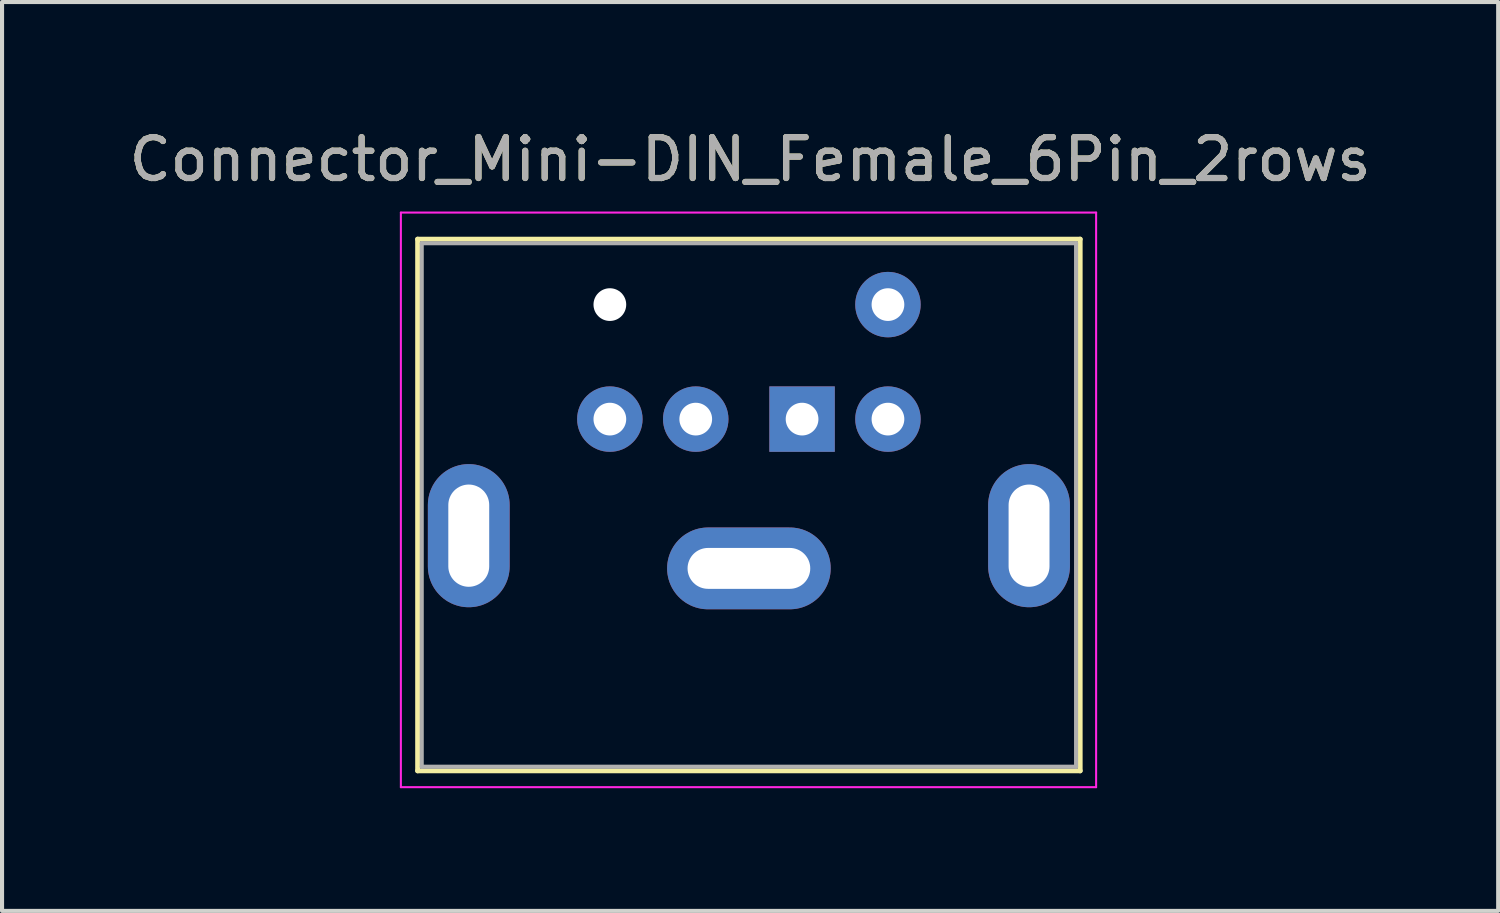
<source format=kicad_pcb>
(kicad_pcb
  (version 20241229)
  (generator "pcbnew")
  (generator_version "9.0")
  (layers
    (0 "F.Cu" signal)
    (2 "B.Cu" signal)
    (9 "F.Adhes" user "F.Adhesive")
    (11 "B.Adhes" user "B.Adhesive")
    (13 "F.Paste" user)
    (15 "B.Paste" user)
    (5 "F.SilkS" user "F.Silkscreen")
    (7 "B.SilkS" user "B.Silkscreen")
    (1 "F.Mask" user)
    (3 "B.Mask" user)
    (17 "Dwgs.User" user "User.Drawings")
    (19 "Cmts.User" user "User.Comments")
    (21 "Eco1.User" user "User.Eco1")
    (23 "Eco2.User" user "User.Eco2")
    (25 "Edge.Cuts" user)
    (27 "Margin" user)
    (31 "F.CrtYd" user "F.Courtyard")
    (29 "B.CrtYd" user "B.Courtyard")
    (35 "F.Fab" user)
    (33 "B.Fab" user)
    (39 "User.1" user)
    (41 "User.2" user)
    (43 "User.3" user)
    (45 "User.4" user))
  (footprint "Connector_Mini-DIN_Female_6Pin_2rows"
    (layer "F.Cu")
    (at 16.562 7.198)
    (property "Reference" "Connector_Mini-DIN_Female_6Pin_2rows" (at -1.27 -6.35 0) (layer "F.SilkS") (effects (font (size 1 1) (thickness 0.15))))
    (attr through_hole)
    (fp_line (start -9.4 -4.4) (end -9.4 8.6) (stroke (width 0.12) (type solid)) (layer "F.SilkS"))
    (fp_line (start -9.4 -4.4) (end 6.8 -4.4) (stroke (width 0.12) (type solid)) (layer "F.SilkS"))
    (fp_line (start -9.4 8.6) (end 6.8 8.6) (stroke (width 0.12) (type solid)) (layer "F.SilkS"))
    (fp_line (start 6.8 -4.4) (end 6.8 8.6) (stroke (width 0.12) (type solid)) (layer "F.SilkS"))
    (fp_line (start -9.81 -5.05) (end -9.81 9) (stroke (width 0.05) (type solid)) (layer "F.CrtYd"))
    (fp_line (start -9.81 -5.05) (end 7.19 -5.05) (stroke (width 0.05) (type solid)) (layer "F.CrtYd"))
    (fp_line (start 7.19 9) (end -9.81 9) (stroke (width 0.05) (type solid)) (layer "F.CrtYd"))
    (fp_line (start 7.19 9) (end 7.19 -5.05) (stroke (width 0.05) (type solid)) (layer "F.CrtYd"))
    (fp_line (start -9.3 -4.3) (end 6.7 -4.3) (stroke (width 0.1) (type solid)) (layer "F.Fab"))
    (fp_line (start -9.3 8.5) (end -9.3 -4.3) (stroke (width 0.1) (type solid)) (layer "F.Fab"))
    (fp_line (start 6.7 -4.3) (end 6.7 8.5) (stroke (width 0.1) (type solid)) (layer "F.Fab"))
    (fp_line (start 6.7 8.5) (end -9.3 8.5) (stroke (width 0.1) (type solid)) (layer "F.Fab"))
    (fp_text user "${REFERENCE}" (at -1.27 -6.35 0) (layer "F.Fab") (effects (font (size 1 1) (thickness 0.15))))
    (pad "" np_thru_hole circle (at -4.7 -2.8) (size 0.8 0.8) (drill 0.8) (layers "*.Cu" "*.Mask"))
    (pad "1" thru_hole rect (at 0 0) (size 1.6 1.6) (drill 0.8) (layers "*.Cu" "*.Mask"))
    (pad "2" thru_hole circle (at -2.6 0) (size 1.6 1.6) (drill 0.8) (layers "*.Cu" "*.Mask"))
    (pad "3" thru_hole circle (at 2.1 0) (size 1.6 1.6) (drill 0.8) (layers "*.Cu" "*.Mask"))
    (pad "4" thru_hole circle (at -4.7 0) (size 1.6 1.6) (drill 0.8) (layers "*.Cu" "*.Mask"))
    (pad "5" thru_hole circle (at 2.1 -2.8) (size 1.6 1.6) (drill 0.8) (layers "*.Cu" "*.Mask"))
    (pad "7" thru_hole oval (at -8.15 2.85) (size 2 3.5) (drill oval 1 2.5) (layers "*.Cu" "*.Mask"))
    (pad "7" thru_hole oval (at -1.3 3.65) (size 4 2) (drill oval 3 1) (layers "*.Cu" "*.Mask"))
    (pad "7" thru_hole oval (at 5.55 2.85) (size 2 3.5) (drill oval 1 2.5) (layers "*.Cu" "*.Mask")))
  (gr_rect
    (start -3 -3)
    (end 33.583 19.223)
    (stroke (width 0.1) (type default))
    (fill no)
    (layer "Edge.Cuts")))
</source>
